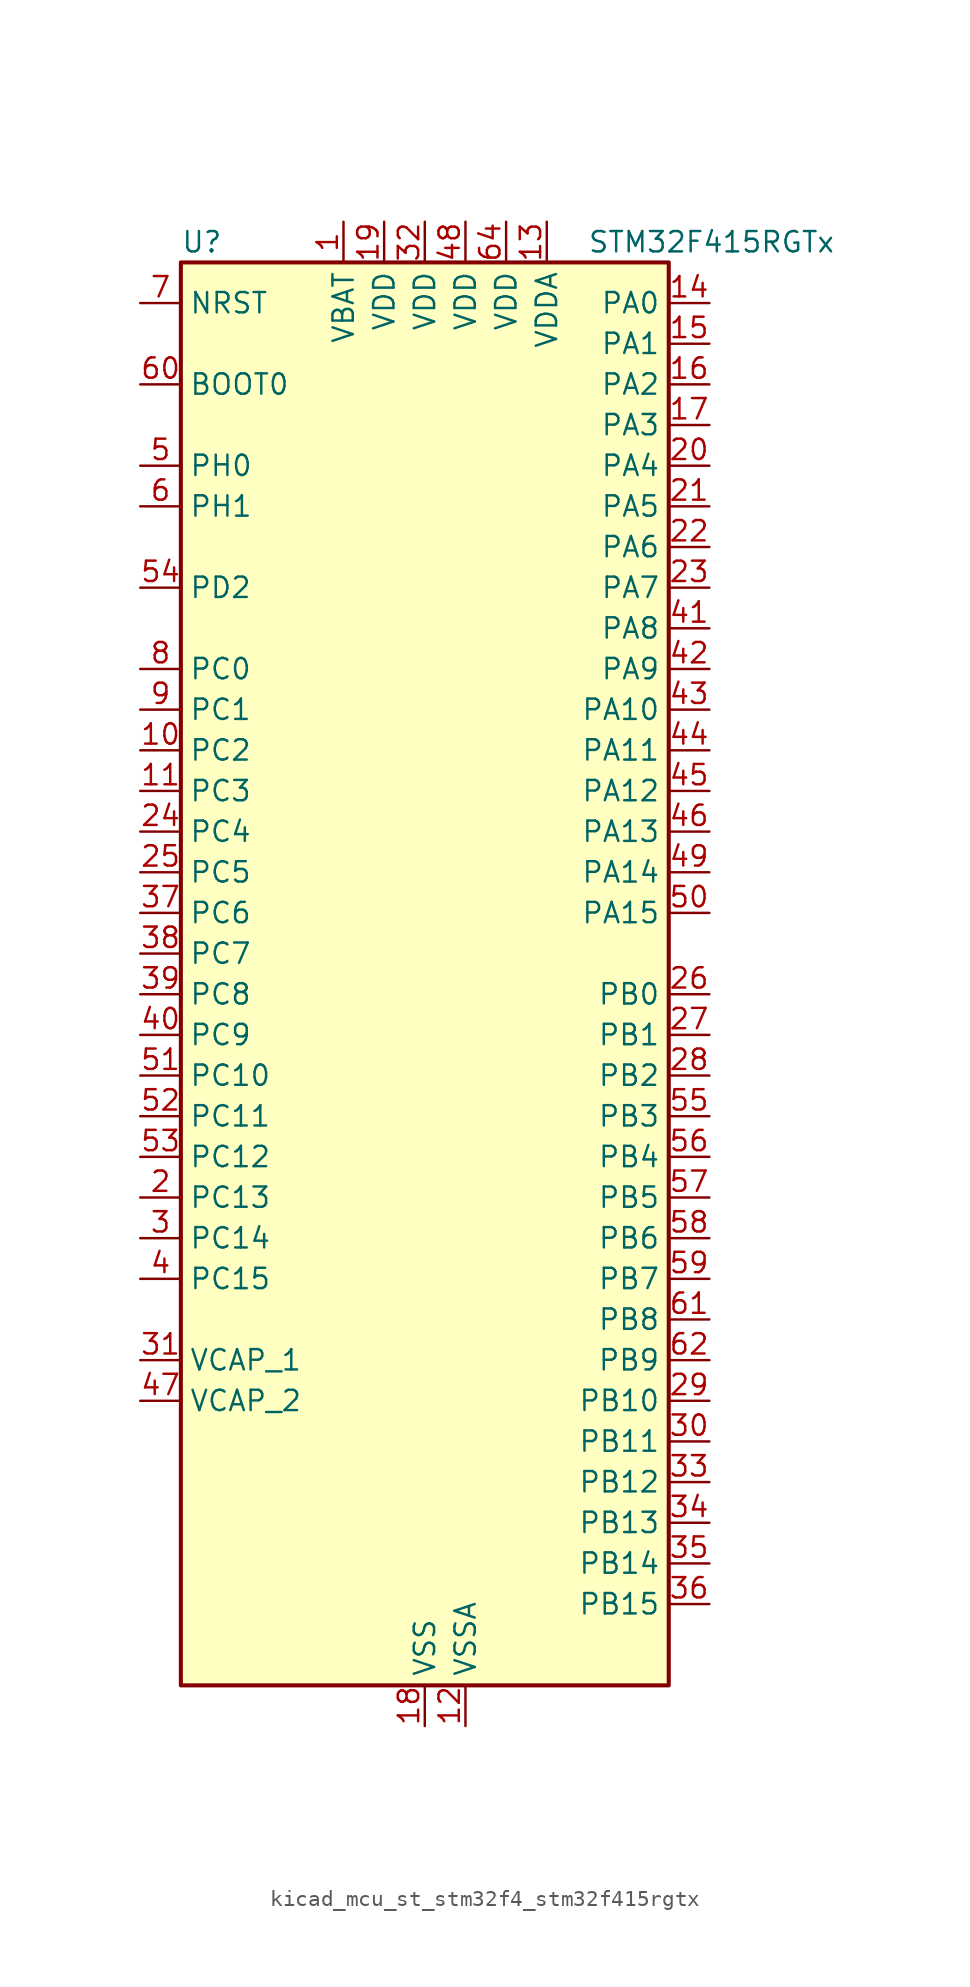
<source format=kicad_sym>
(kicad_symbol_lib
  (version 20220914)
  (generator kicad_symbol_editor)
  (symbol "kicad_mcu_st_stm32f4_stm32f415rgtx"
    (property "Reference" "U"
      (at -15.24 46.99 0)
      (effects (font (size 1.27 1.27)) (justify left)))
    (property "Value" "STM32F415RGTx"
      (at 10.16 46.99 0)
      (effects (font (size 1.27 1.27)) (justify left)))
    (property "ki_locked" ""
      (at 0 0 0)
      (effects (font (size 1.27 1.27))))
    (symbol "kicad_mcu_st_stm32f4_stm32f415rgtx_0_1"
      (rectangle (start -15.24 -43.18) (end 15.24 45.72) (stroke (width 0.254) (type default)) (fill (type background))))
    (symbol "kicad_mcu_st_stm32f4_stm32f415rgtx_1_1"
      (pin power_in line (at -5.08 48.26 270) (length 2.54) (name "VBAT" (effects (font (size 1.27 1.27)))) (number "1" (effects (font (size 1.27 1.27)))))
      (pin bidirectional line (at -17.78 15.24 0) (length 2.54) (name "PC2" (effects (font (size 1.27 1.27)))) (number "10" (effects (font (size 1.27 1.27)))) (alternate "ADC1_IN12" bidirectional line) (alternate "ADC2_IN12" bidirectional line) (alternate "ADC3_IN12" bidirectional line) (alternate "I2S2_ext_SD" bidirectional line) (alternate "SPI2_MISO" bidirectional line) (alternate "USB_OTG_HS_ULPI_DIR" bidirectional line))
      (pin bidirectional line (at -17.78 12.7 0) (length 2.54) (name "PC3" (effects (font (size 1.27 1.27)))) (number "11" (effects (font (size 1.27 1.27)))) (alternate "ADC1_IN13" bidirectional line) (alternate "ADC2_IN13" bidirectional line) (alternate "ADC3_IN13" bidirectional line) (alternate "I2S2_SD" bidirectional line) (alternate "SPI2_MOSI" bidirectional line) (alternate "USB_OTG_HS_ULPI_NXT" bidirectional line))
      (pin power_in line (at 2.54 -45.72 90) (length 2.54) (name "VSSA" (effects (font (size 1.27 1.27)))) (number "12" (effects (font (size 1.27 1.27)))))
      (pin power_in line (at 7.62 48.26 270) (length 2.54) (name "VDDA" (effects (font (size 1.27 1.27)))) (number "13" (effects (font (size 1.27 1.27)))))
      (pin bidirectional line (at 17.78 43.18 180) (length 2.54) (name "PA0" (effects (font (size 1.27 1.27)))) (number "14" (effects (font (size 1.27 1.27)))) (alternate "ADC1_IN0" bidirectional line) (alternate "ADC2_IN0" bidirectional line) (alternate "ADC3_IN0" bidirectional line) (alternate "SYS_WKUP" bidirectional line) (alternate "TIM2_CH1" bidirectional line) (alternate "TIM2_ETR" bidirectional line) (alternate "TIM5_CH1" bidirectional line) (alternate "TIM8_ETR" bidirectional line) (alternate "UART4_TX" bidirectional line) (alternate "USART2_CTS" bidirectional line))
      (pin bidirectional line (at 17.78 40.64 180) (length 2.54) (name "PA1" (effects (font (size 1.27 1.27)))) (number "15" (effects (font (size 1.27 1.27)))) (alternate "ADC1_IN1" bidirectional line) (alternate "ADC2_IN1" bidirectional line) (alternate "ADC3_IN1" bidirectional line) (alternate "TIM2_CH2" bidirectional line) (alternate "TIM5_CH2" bidirectional line) (alternate "UART4_RX" bidirectional line) (alternate "USART2_RTS" bidirectional line))
      (pin bidirectional line (at 17.78 38.1 180) (length 2.54) (name "PA2" (effects (font (size 1.27 1.27)))) (number "16" (effects (font (size 1.27 1.27)))) (alternate "ADC1_IN2" bidirectional line) (alternate "ADC2_IN2" bidirectional line) (alternate "ADC3_IN2" bidirectional line) (alternate "TIM2_CH3" bidirectional line) (alternate "TIM5_CH3" bidirectional line) (alternate "TIM9_CH1" bidirectional line) (alternate "USART2_TX" bidirectional line))
      (pin bidirectional line (at 17.78 35.56 180) (length 2.54) (name "PA3" (effects (font (size 1.27 1.27)))) (number "17" (effects (font (size 1.27 1.27)))) (alternate "ADC1_IN3" bidirectional line) (alternate "ADC2_IN3" bidirectional line) (alternate "ADC3_IN3" bidirectional line) (alternate "TIM2_CH4" bidirectional line) (alternate "TIM5_CH4" bidirectional line) (alternate "TIM9_CH2" bidirectional line) (alternate "USART2_RX" bidirectional line) (alternate "USB_OTG_HS_ULPI_D0" bidirectional line))
      (pin power_in line (at 0 -45.72 90) (length 2.54) (name "VSS" (effects (font (size 1.27 1.27)))) (number "18" (effects (font (size 1.27 1.27)))))
      (pin power_in line (at -2.54 48.26 270) (length 2.54) (name "VDD" (effects (font (size 1.27 1.27)))) (number "19" (effects (font (size 1.27 1.27)))))
      (pin bidirectional line (at -17.78 -12.7 0) (length 2.54) (name "PC13" (effects (font (size 1.27 1.27)))) (number "2" (effects (font (size 1.27 1.27)))) (alternate "RTC_AF1" bidirectional line))
      (pin bidirectional line (at 17.78 33.02 180) (length 2.54) (name "PA4" (effects (font (size 1.27 1.27)))) (number "20" (effects (font (size 1.27 1.27)))) (alternate "ADC1_IN4" bidirectional line) (alternate "ADC2_IN4" bidirectional line) (alternate "DAC_OUT1" bidirectional line) (alternate "I2S3_WS" bidirectional line) (alternate "SPI1_NSS" bidirectional line) (alternate "SPI3_NSS" bidirectional line) (alternate "USART2_CK" bidirectional line) (alternate "USB_OTG_HS_SOF" bidirectional line))
      (pin bidirectional line (at 17.78 30.48 180) (length 2.54) (name "PA5" (effects (font (size 1.27 1.27)))) (number "21" (effects (font (size 1.27 1.27)))) (alternate "ADC1_IN5" bidirectional line) (alternate "ADC2_IN5" bidirectional line) (alternate "DAC_OUT2" bidirectional line) (alternate "SPI1_SCK" bidirectional line) (alternate "TIM2_CH1" bidirectional line) (alternate "TIM2_ETR" bidirectional line) (alternate "TIM8_CH1N" bidirectional line) (alternate "USB_OTG_HS_ULPI_CK" bidirectional line))
      (pin bidirectional line (at 17.78 27.94 180) (length 2.54) (name "PA6" (effects (font (size 1.27 1.27)))) (number "22" (effects (font (size 1.27 1.27)))) (alternate "ADC1_IN6" bidirectional line) (alternate "ADC2_IN6" bidirectional line) (alternate "SPI1_MISO" bidirectional line) (alternate "TIM13_CH1" bidirectional line) (alternate "TIM1_BKIN" bidirectional line) (alternate "TIM3_CH1" bidirectional line) (alternate "TIM8_BKIN" bidirectional line))
      (pin bidirectional line (at 17.78 25.4 180) (length 2.54) (name "PA7" (effects (font (size 1.27 1.27)))) (number "23" (effects (font (size 1.27 1.27)))) (alternate "ADC1_IN7" bidirectional line) (alternate "ADC2_IN7" bidirectional line) (alternate "SPI1_MOSI" bidirectional line) (alternate "TIM14_CH1" bidirectional line) (alternate "TIM1_CH1N" bidirectional line) (alternate "TIM3_CH2" bidirectional line) (alternate "TIM8_CH1N" bidirectional line))
      (pin bidirectional line (at -17.78 10.16 0) (length 2.54) (name "PC4" (effects (font (size 1.27 1.27)))) (number "24" (effects (font (size 1.27 1.27)))) (alternate "ADC1_IN14" bidirectional line) (alternate "ADC2_IN14" bidirectional line))
      (pin bidirectional line (at -17.78 7.62 0) (length 2.54) (name "PC5" (effects (font (size 1.27 1.27)))) (number "25" (effects (font (size 1.27 1.27)))) (alternate "ADC1_IN15" bidirectional line) (alternate "ADC2_IN15" bidirectional line))
      (pin bidirectional line (at 17.78 0 180) (length 2.54) (name "PB0" (effects (font (size 1.27 1.27)))) (number "26" (effects (font (size 1.27 1.27)))) (alternate "ADC1_IN8" bidirectional line) (alternate "ADC2_IN8" bidirectional line) (alternate "TIM1_CH2N" bidirectional line) (alternate "TIM3_CH3" bidirectional line) (alternate "TIM8_CH2N" bidirectional line) (alternate "USB_OTG_HS_ULPI_D1" bidirectional line))
      (pin bidirectional line (at 17.78 -2.54 180) (length 2.54) (name "PB1" (effects (font (size 1.27 1.27)))) (number "27" (effects (font (size 1.27 1.27)))) (alternate "ADC1_IN9" bidirectional line) (alternate "ADC2_IN9" bidirectional line) (alternate "TIM1_CH3N" bidirectional line) (alternate "TIM3_CH4" bidirectional line) (alternate "TIM8_CH3N" bidirectional line) (alternate "USB_OTG_HS_ULPI_D2" bidirectional line))
      (pin bidirectional line (at 17.78 -5.08 180) (length 2.54) (name "PB2" (effects (font (size 1.27 1.27)))) (number "28" (effects (font (size 1.27 1.27)))))
      (pin bidirectional line (at 17.78 -25.4 180) (length 2.54) (name "PB10" (effects (font (size 1.27 1.27)))) (number "29" (effects (font (size 1.27 1.27)))) (alternate "I2C2_SCL" bidirectional line) (alternate "I2S2_CK" bidirectional line) (alternate "SPI2_SCK" bidirectional line) (alternate "TIM2_CH3" bidirectional line) (alternate "USART3_TX" bidirectional line) (alternate "USB_OTG_HS_ULPI_D3" bidirectional line))
      (pin bidirectional line (at -17.78 -15.24 0) (length 2.54) (name "PC14" (effects (font (size 1.27 1.27)))) (number "3" (effects (font (size 1.27 1.27)))) (alternate "RCC_OSC32_IN" bidirectional line))
      (pin bidirectional line (at 17.78 -27.94 180) (length 2.54) (name "PB11" (effects (font (size 1.27 1.27)))) (number "30" (effects (font (size 1.27 1.27)))) (alternate "ADC1_EXTI11" bidirectional line) (alternate "ADC2_EXTI11" bidirectional line) (alternate "ADC3_EXTI11" bidirectional line) (alternate "I2C2_SDA" bidirectional line) (alternate "TIM2_CH4" bidirectional line) (alternate "USART3_RX" bidirectional line) (alternate "USB_OTG_HS_ULPI_D4" bidirectional line))
      (pin power_out line (at -17.78 -22.86 0) (length 2.54) (name "VCAP_1" (effects (font (size 1.27 1.27)))) (number "31" (effects (font (size 1.27 1.27)))))
      (pin power_in line (at 0 48.26 270) (length 2.54) (name "VDD" (effects (font (size 1.27 1.27)))) (number "32" (effects (font (size 1.27 1.27)))))
      (pin bidirectional line (at 17.78 -30.48 180) (length 2.54) (name "PB12" (effects (font (size 1.27 1.27)))) (number "33" (effects (font (size 1.27 1.27)))) (alternate "CAN2_RX" bidirectional line) (alternate "I2C2_SMBA" bidirectional line) (alternate "I2S2_WS" bidirectional line) (alternate "SPI2_NSS" bidirectional line) (alternate "TIM1_BKIN" bidirectional line) (alternate "USART3_CK" bidirectional line) (alternate "USB_OTG_HS_ID" bidirectional line) (alternate "USB_OTG_HS_ULPI_D5" bidirectional line))
      (pin bidirectional line (at 17.78 -33.02 180) (length 2.54) (name "PB13" (effects (font (size 1.27 1.27)))) (number "34" (effects (font (size 1.27 1.27)))) (alternate "CAN2_TX" bidirectional line) (alternate "I2S2_CK" bidirectional line) (alternate "SPI2_SCK" bidirectional line) (alternate "TIM1_CH1N" bidirectional line) (alternate "USART3_CTS" bidirectional line) (alternate "USB_OTG_HS_ULPI_D6" bidirectional line) (alternate "USB_OTG_HS_VBUS" bidirectional line))
      (pin bidirectional line (at 17.78 -35.56 180) (length 2.54) (name "PB14" (effects (font (size 1.27 1.27)))) (number "35" (effects (font (size 1.27 1.27)))) (alternate "I2S2_ext_SD" bidirectional line) (alternate "SPI2_MISO" bidirectional line) (alternate "TIM12_CH1" bidirectional line) (alternate "TIM1_CH2N" bidirectional line) (alternate "TIM8_CH2N" bidirectional line) (alternate "USART3_RTS" bidirectional line) (alternate "USB_OTG_HS_DM" bidirectional line))
      (pin bidirectional line (at 17.78 -38.1 180) (length 2.54) (name "PB15" (effects (font (size 1.27 1.27)))) (number "36" (effects (font (size 1.27 1.27)))) (alternate "ADC1_EXTI15" bidirectional line) (alternate "ADC2_EXTI15" bidirectional line) (alternate "ADC3_EXTI15" bidirectional line) (alternate "I2S2_SD" bidirectional line) (alternate "RTC_REFIN" bidirectional line) (alternate "SPI2_MOSI" bidirectional line) (alternate "TIM12_CH2" bidirectional line) (alternate "TIM1_CH3N" bidirectional line) (alternate "TIM8_CH3N" bidirectional line) (alternate "USB_OTG_HS_DP" bidirectional line))
      (pin bidirectional line (at -17.78 5.08 0) (length 2.54) (name "PC6" (effects (font (size 1.27 1.27)))) (number "37" (effects (font (size 1.27 1.27)))) (alternate "I2S2_MCK" bidirectional line) (alternate "SDIO_D6" bidirectional line) (alternate "TIM3_CH1" bidirectional line) (alternate "TIM8_CH1" bidirectional line) (alternate "USART6_TX" bidirectional line))
      (pin bidirectional line (at -17.78 2.54 0) (length 2.54) (name "PC7" (effects (font (size 1.27 1.27)))) (number "38" (effects (font (size 1.27 1.27)))) (alternate "I2S3_MCK" bidirectional line) (alternate "SDIO_D7" bidirectional line) (alternate "TIM3_CH2" bidirectional line) (alternate "TIM8_CH2" bidirectional line) (alternate "USART6_RX" bidirectional line))
      (pin bidirectional line (at -17.78 0 0) (length 2.54) (name "PC8" (effects (font (size 1.27 1.27)))) (number "39" (effects (font (size 1.27 1.27)))) (alternate "SDIO_D0" bidirectional line) (alternate "TIM3_CH3" bidirectional line) (alternate "TIM8_CH3" bidirectional line) (alternate "USART6_CK" bidirectional line))
      (pin bidirectional line (at -17.78 -17.78 0) (length 2.54) (name "PC15" (effects (font (size 1.27 1.27)))) (number "4" (effects (font (size 1.27 1.27)))) (alternate "ADC1_EXTI15" bidirectional line) (alternate "ADC2_EXTI15" bidirectional line) (alternate "ADC3_EXTI15" bidirectional line) (alternate "RCC_OSC32_OUT" bidirectional line))
      (pin bidirectional line (at -17.78 -2.54 0) (length 2.54) (name "PC9" (effects (font (size 1.27 1.27)))) (number "40" (effects (font (size 1.27 1.27)))) (alternate "DAC_EXTI9" bidirectional line) (alternate "I2C3_SDA" bidirectional line) (alternate "I2S_CKIN" bidirectional line) (alternate "RCC_MCO_2" bidirectional line) (alternate "SDIO_D1" bidirectional line) (alternate "TIM3_CH4" bidirectional line) (alternate "TIM8_CH4" bidirectional line))
      (pin bidirectional line (at 17.78 22.86 180) (length 2.54) (name "PA8" (effects (font (size 1.27 1.27)))) (number "41" (effects (font (size 1.27 1.27)))) (alternate "I2C3_SCL" bidirectional line) (alternate "RCC_MCO_1" bidirectional line) (alternate "TIM1_CH1" bidirectional line) (alternate "USART1_CK" bidirectional line) (alternate "USB_OTG_FS_SOF" bidirectional line))
      (pin bidirectional line (at 17.78 20.32 180) (length 2.54) (name "PA9" (effects (font (size 1.27 1.27)))) (number "42" (effects (font (size 1.27 1.27)))) (alternate "DAC_EXTI9" bidirectional line) (alternate "I2C3_SMBA" bidirectional line) (alternate "TIM1_CH2" bidirectional line) (alternate "USART1_TX" bidirectional line) (alternate "USB_OTG_FS_VBUS" bidirectional line))
      (pin bidirectional line (at 17.78 17.78 180) (length 2.54) (name "PA10" (effects (font (size 1.27 1.27)))) (number "43" (effects (font (size 1.27 1.27)))) (alternate "TIM1_CH3" bidirectional line) (alternate "USART1_RX" bidirectional line) (alternate "USB_OTG_FS_ID" bidirectional line))
      (pin bidirectional line (at 17.78 15.24 180) (length 2.54) (name "PA11" (effects (font (size 1.27 1.27)))) (number "44" (effects (font (size 1.27 1.27)))) (alternate "ADC1_EXTI11" bidirectional line) (alternate "ADC2_EXTI11" bidirectional line) (alternate "ADC3_EXTI11" bidirectional line) (alternate "CAN1_RX" bidirectional line) (alternate "TIM1_CH4" bidirectional line) (alternate "USART1_CTS" bidirectional line) (alternate "USB_OTG_FS_DM" bidirectional line))
      (pin bidirectional line (at 17.78 12.7 180) (length 2.54) (name "PA12" (effects (font (size 1.27 1.27)))) (number "45" (effects (font (size 1.27 1.27)))) (alternate "CAN1_TX" bidirectional line) (alternate "TIM1_ETR" bidirectional line) (alternate "USART1_RTS" bidirectional line) (alternate "USB_OTG_FS_DP" bidirectional line))
      (pin bidirectional line (at 17.78 10.16 180) (length 2.54) (name "PA13" (effects (font (size 1.27 1.27)))) (number "46" (effects (font (size 1.27 1.27)))) (alternate "SYS_JTMS-SWDIO" bidirectional line))
      (pin power_out line (at -17.78 -25.4 0) (length 2.54) (name "VCAP_2" (effects (font (size 1.27 1.27)))) (number "47" (effects (font (size 1.27 1.27)))))
      (pin power_in line (at 2.54 48.26 270) (length 2.54) (name "VDD" (effects (font (size 1.27 1.27)))) (number "48" (effects (font (size 1.27 1.27)))))
      (pin bidirectional line (at 17.78 7.62 180) (length 2.54) (name "PA14" (effects (font (size 1.27 1.27)))) (number "49" (effects (font (size 1.27 1.27)))) (alternate "SYS_JTCK-SWCLK" bidirectional line))
      (pin bidirectional line (at -17.78 33.02 0) (length 2.54) (name "PH0" (effects (font (size 1.27 1.27)))) (number "5" (effects (font (size 1.27 1.27)))) (alternate "RCC_OSC_IN" bidirectional line))
      (pin bidirectional line (at 17.78 5.08 180) (length 2.54) (name "PA15" (effects (font (size 1.27 1.27)))) (number "50" (effects (font (size 1.27 1.27)))) (alternate "ADC1_EXTI15" bidirectional line) (alternate "ADC2_EXTI15" bidirectional line) (alternate "ADC3_EXTI15" bidirectional line) (alternate "I2S3_WS" bidirectional line) (alternate "SPI1_NSS" bidirectional line) (alternate "SPI3_NSS" bidirectional line) (alternate "SYS_JTDI" bidirectional line) (alternate "TIM2_CH1" bidirectional line) (alternate "TIM2_ETR" bidirectional line))
      (pin bidirectional line (at -17.78 -5.08 0) (length 2.54) (name "PC10" (effects (font (size 1.27 1.27)))) (number "51" (effects (font (size 1.27 1.27)))) (alternate "I2S3_CK" bidirectional line) (alternate "SDIO_D2" bidirectional line) (alternate "SPI3_SCK" bidirectional line) (alternate "UART4_TX" bidirectional line) (alternate "USART3_TX" bidirectional line))
      (pin bidirectional line (at -17.78 -7.62 0) (length 2.54) (name "PC11" (effects (font (size 1.27 1.27)))) (number "52" (effects (font (size 1.27 1.27)))) (alternate "ADC1_EXTI11" bidirectional line) (alternate "ADC2_EXTI11" bidirectional line) (alternate "ADC3_EXTI11" bidirectional line) (alternate "I2S3_ext_SD" bidirectional line) (alternate "SDIO_D3" bidirectional line) (alternate "SPI3_MISO" bidirectional line) (alternate "UART4_RX" bidirectional line) (alternate "USART3_RX" bidirectional line))
      (pin bidirectional line (at -17.78 -10.16 0) (length 2.54) (name "PC12" (effects (font (size 1.27 1.27)))) (number "53" (effects (font (size 1.27 1.27)))) (alternate "I2S3_SD" bidirectional line) (alternate "SDIO_CK" bidirectional line) (alternate "SPI3_MOSI" bidirectional line) (alternate "UART5_TX" bidirectional line) (alternate "USART3_CK" bidirectional line))
      (pin bidirectional line (at -17.78 25.4 0) (length 2.54) (name "PD2" (effects (font (size 1.27 1.27)))) (number "54" (effects (font (size 1.27 1.27)))) (alternate "SDIO_CMD" bidirectional line) (alternate "TIM3_ETR" bidirectional line) (alternate "UART5_RX" bidirectional line))
      (pin bidirectional line (at 17.78 -7.62 180) (length 2.54) (name "PB3" (effects (font (size 1.27 1.27)))) (number "55" (effects (font (size 1.27 1.27)))) (alternate "I2S3_CK" bidirectional line) (alternate "SPI1_SCK" bidirectional line) (alternate "SPI3_SCK" bidirectional line) (alternate "SYS_JTDO-SWO" bidirectional line) (alternate "TIM2_CH2" bidirectional line))
      (pin bidirectional line (at 17.78 -10.16 180) (length 2.54) (name "PB4" (effects (font (size 1.27 1.27)))) (number "56" (effects (font (size 1.27 1.27)))) (alternate "I2S3_ext_SD" bidirectional line) (alternate "SPI1_MISO" bidirectional line) (alternate "SPI3_MISO" bidirectional line) (alternate "SYS_JTRST" bidirectional line) (alternate "TIM3_CH1" bidirectional line))
      (pin bidirectional line (at 17.78 -12.7 180) (length 2.54) (name "PB5" (effects (font (size 1.27 1.27)))) (number "57" (effects (font (size 1.27 1.27)))) (alternate "CAN2_RX" bidirectional line) (alternate "I2C1_SMBA" bidirectional line) (alternate "I2S3_SD" bidirectional line) (alternate "SPI1_MOSI" bidirectional line) (alternate "SPI3_MOSI" bidirectional line) (alternate "TIM3_CH2" bidirectional line) (alternate "USB_OTG_HS_ULPI_D7" bidirectional line))
      (pin bidirectional line (at 17.78 -15.24 180) (length 2.54) (name "PB6" (effects (font (size 1.27 1.27)))) (number "58" (effects (font (size 1.27 1.27)))) (alternate "CAN2_TX" bidirectional line) (alternate "I2C1_SCL" bidirectional line) (alternate "TIM4_CH1" bidirectional line) (alternate "USART1_TX" bidirectional line))
      (pin bidirectional line (at 17.78 -17.78 180) (length 2.54) (name "PB7" (effects (font (size 1.27 1.27)))) (number "59" (effects (font (size 1.27 1.27)))) (alternate "I2C1_SDA" bidirectional line) (alternate "TIM4_CH2" bidirectional line) (alternate "USART1_RX" bidirectional line))
      (pin bidirectional line (at -17.78 30.48 0) (length 2.54) (name "PH1" (effects (font (size 1.27 1.27)))) (number "6" (effects (font (size 1.27 1.27)))) (alternate "RCC_OSC_OUT" bidirectional line))
      (pin input line (at -17.78 38.1 0) (length 2.54) (name "BOOT0" (effects (font (size 1.27 1.27)))) (number "60" (effects (font (size 1.27 1.27)))))
      (pin bidirectional line (at 17.78 -20.32 180) (length 2.54) (name "PB8" (effects (font (size 1.27 1.27)))) (number "61" (effects (font (size 1.27 1.27)))) (alternate "CAN1_RX" bidirectional line) (alternate "I2C1_SCL" bidirectional line) (alternate "SDIO_D4" bidirectional line) (alternate "TIM10_CH1" bidirectional line) (alternate "TIM4_CH3" bidirectional line))
      (pin bidirectional line (at 17.78 -22.86 180) (length 2.54) (name "PB9" (effects (font (size 1.27 1.27)))) (number "62" (effects (font (size 1.27 1.27)))) (alternate "CAN1_TX" bidirectional line) (alternate "DAC_EXTI9" bidirectional line) (alternate "I2C1_SDA" bidirectional line) (alternate "I2S2_WS" bidirectional line) (alternate "SDIO_D5" bidirectional line) (alternate "SPI2_NSS" bidirectional line) (alternate "TIM11_CH1" bidirectional line) (alternate "TIM4_CH4" bidirectional line))
      (pin passive line (at 0 -45.72 90) (length 2.54) hide (name "VSS" (effects (font (size 1.27 1.27)))) (number "63" (effects (font (size 1.27 1.27)))))
      (pin power_in line (at 5.08 48.26 270) (length 2.54) (name "VDD" (effects (font (size 1.27 1.27)))) (number "64" (effects (font (size 1.27 1.27)))))
      (pin input line (at -17.78 43.18 0) (length 2.54) (name "NRST" (effects (font (size 1.27 1.27)))) (number "7" (effects (font (size 1.27 1.27)))))
      (pin bidirectional line (at -17.78 20.32 0) (length 2.54) (name "PC0" (effects (font (size 1.27 1.27)))) (number "8" (effects (font (size 1.27 1.27)))) (alternate "ADC1_IN10" bidirectional line) (alternate "ADC2_IN10" bidirectional line) (alternate "ADC3_IN10" bidirectional line) (alternate "USB_OTG_HS_ULPI_STP" bidirectional line))
      (pin bidirectional line (at -17.78 17.78 0) (length 2.54) (name "PC1" (effects (font (size 1.27 1.27)))) (number "9" (effects (font (size 1.27 1.27)))) (alternate "ADC1_IN11" bidirectional line) (alternate "ADC2_IN11" bidirectional line) (alternate "ADC3_IN11" bidirectional line)))))
</source>
